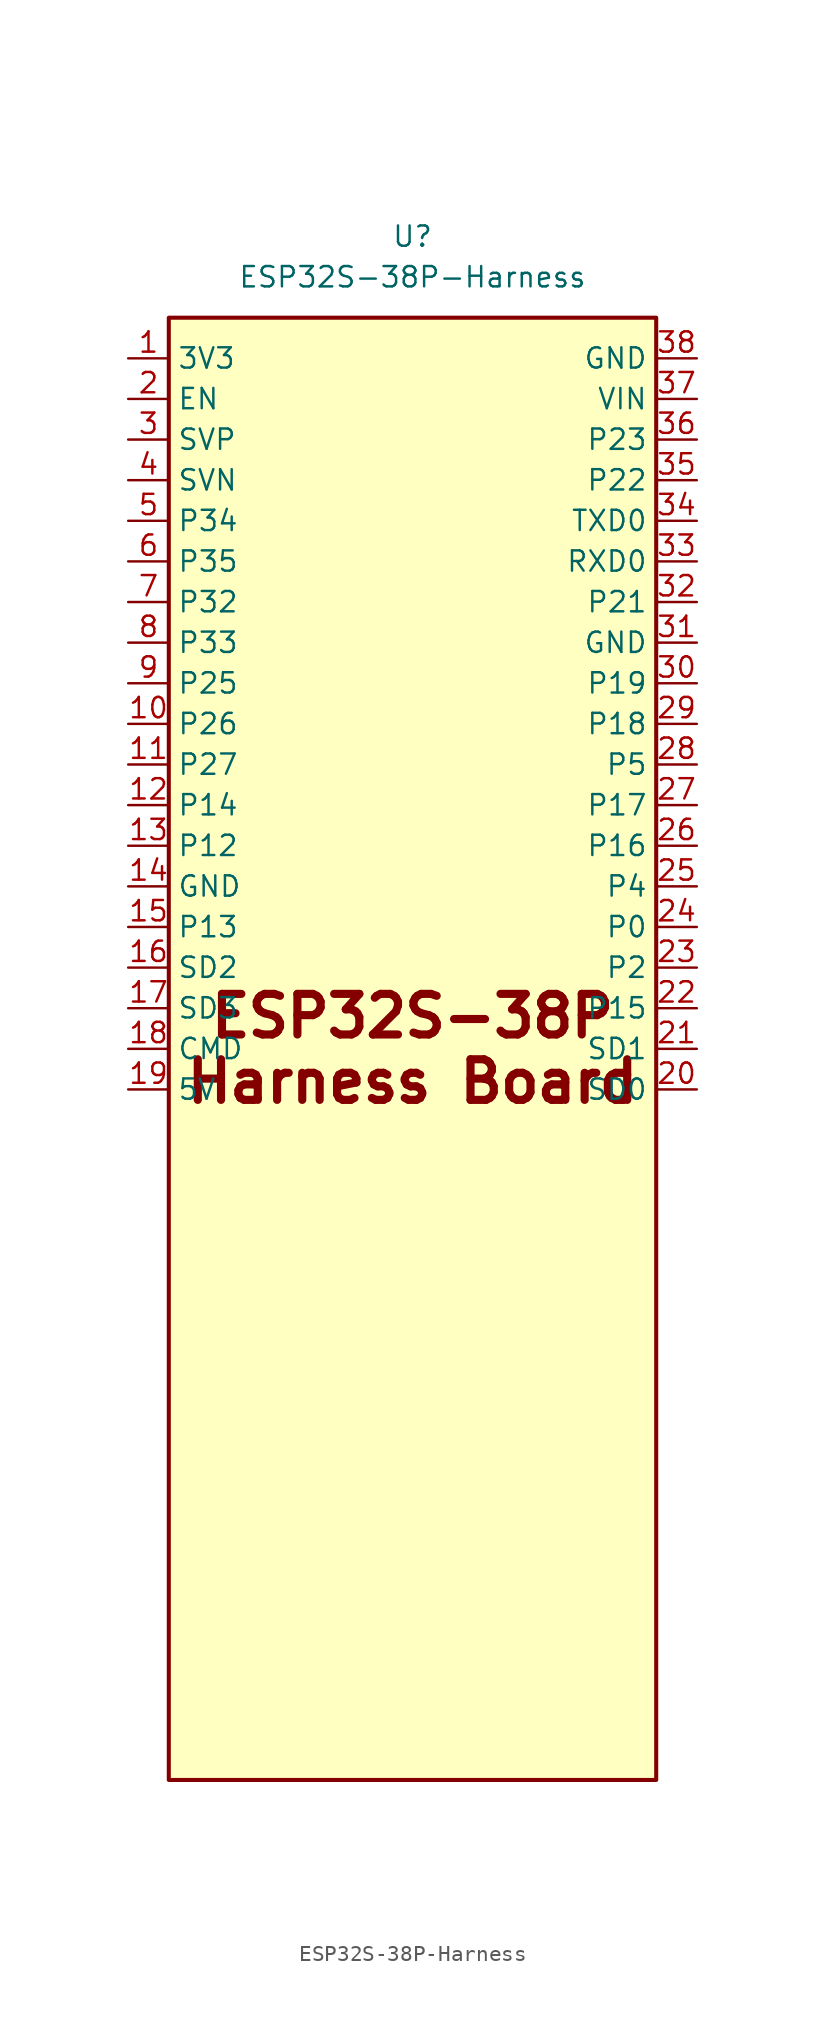
<source format=kicad_sym>
(kicad_symbol_lib
  (version 20231120)
  (generator kicad_symbol_editor)
  (symbol "ESP32S-38P-Harness"
    (property "Reference" "U"
      (at 0 50.8 0)
      (effects (font (size 1.27 1.27))))
    (property "Value" "ESP32S-38P-Harness"
      (at 0 48.26 0)
      (effects (font (size 1.27 1.27))))
    (symbol "ESP32S-38P-Harness_0_1"
      (rectangle (start -15.24 45.72) (end 15.24 -45.72) (stroke (width 0.254) (type default)) (fill (type background)))
      (text "ESP32S-38P\nHarness Board" (at 0 0 0) (effects (font (size 2.54 2.54) bold))))
    (symbol "ESP32S-38P-Harness_1_1"
      (pin power_in line (at -17.78 43.18 0) (length 2.54) (name "3V3" (effects (font (size 1.27 1.27)))) (number "1" (effects (font (size 1.27 1.27)))))
      (pin input line (at -17.78 40.64 0) (length 2.54) (name "EN" (effects (font (size 1.27 1.27)))) (number "2" (effects (font (size 1.27 1.27)))))
      (pin input line (at -17.78 38.1 0) (length 2.54) (name "SVP" (effects (font (size 1.27 1.27)))) (number "3" (effects (font (size 1.27 1.27)))))
      (pin input line (at -17.78 35.56 0) (length 2.54) (name "SVN" (effects (font (size 1.27 1.27)))) (number "4" (effects (font (size 1.27 1.27)))))
      (pin bidirectional line (at -17.78 33.02 0) (length 2.54) (name "P34" (effects (font (size 1.27 1.27)))) (number "5" (effects (font (size 1.27 1.27)))))
      (pin bidirectional line (at -17.78 30.48 0) (length 2.54) (name "P35" (effects (font (size 1.27 1.27)))) (number "6" (effects (font (size 1.27 1.27)))))
      (pin bidirectional line (at -17.78 27.94 0) (length 2.54) (name "P32" (effects (font (size 1.27 1.27)))) (number "7" (effects (font (size 1.27 1.27)))))
      (pin bidirectional line (at -17.78 25.4 0) (length 2.54) (name "P33" (effects (font (size 1.27 1.27)))) (number "8" (effects (font (size 1.27 1.27)))))
      (pin bidirectional line (at -17.78 22.86 0) (length 2.54) (name "P25" (effects (font (size 1.27 1.27)))) (number "9" (effects (font (size 1.27 1.27)))))
      (pin bidirectional line (at -17.78 20.32 0) (length 2.54) (name "P26" (effects (font (size 1.27 1.27)))) (number "10" (effects (font (size 1.27 1.27)))))
      (pin bidirectional line (at -17.78 17.78 0) (length 2.54) (name "P27" (effects (font (size 1.27 1.27)))) (number "11" (effects (font (size 1.27 1.27)))))
      (pin bidirectional line (at -17.78 15.24 0) (length 2.54) (name "P14" (effects (font (size 1.27 1.27)))) (number "12" (effects (font (size 1.27 1.27)))))
      (pin bidirectional line (at -17.78 12.7 0) (length 2.54) (name "P12" (effects (font (size 1.27 1.27)))) (number "13" (effects (font (size 1.27 1.27)))))
      (pin power_in line (at -17.78 10.16 0) (length 2.54) (name "GND" (effects (font (size 1.27 1.27)))) (number "14" (effects (font (size 1.27 1.27)))))
      (pin bidirectional line (at -17.78 7.62 0) (length 2.54) (name "P13" (effects (font (size 1.27 1.27)))) (number "15" (effects (font (size 1.27 1.27)))))
      (pin bidirectional line (at -17.78 5.08 0) (length 2.54) (name "SD2" (effects (font (size 1.27 1.27)))) (number "16" (effects (font (size 1.27 1.27)))))
      (pin bidirectional line (at -17.78 2.54 0) (length 2.54) (name "SD3" (effects (font (size 1.27 1.27)))) (number "17" (effects (font (size 1.27 1.27)))))
      (pin bidirectional line (at -17.78 0 0) (length 2.54) (name "CMD" (effects (font (size 1.27 1.27)))) (number "18" (effects (font (size 1.27 1.27)))))
      (pin power_in line (at -17.78 -2.54 0) (length 2.54) (name "5V" (effects (font (size 1.27 1.27)))) (number "19" (effects (font (size 1.27 1.27)))))
      (pin bidirectional line (at 17.78 -2.54 180) (length 2.54) (name "SD0" (effects (font (size 1.27 1.27)))) (number "20" (effects (font (size 1.27 1.27)))))
      (pin bidirectional line (at 17.78 0 180) (length 2.54) (name "SD1" (effects (font (size 1.27 1.27)))) (number "21" (effects (font (size 1.27 1.27)))))
      (pin bidirectional line (at 17.78 2.54 180) (length 2.54) (name "P15" (effects (font (size 1.27 1.27)))) (number "22" (effects (font (size 1.27 1.27)))))
      (pin bidirectional line (at 17.78 5.08 180) (length 2.54) (name "P2" (effects (font (size 1.27 1.27)))) (number "23" (effects (font (size 1.27 1.27)))))
      (pin bidirectional line (at 17.78 7.62 180) (length 2.54) (name "P0" (effects (font (size 1.27 1.27)))) (number "24" (effects (font (size 1.27 1.27)))))
      (pin bidirectional line (at 17.78 10.16 180) (length 2.54) (name "P4" (effects (font (size 1.27 1.27)))) (number "25" (effects (font (size 1.27 1.27)))))
      (pin bidirectional line (at 17.78 12.7 180) (length 2.54) (name "P16" (effects (font (size 1.27 1.27)))) (number "26" (effects (font (size 1.27 1.27)))))
      (pin bidirectional line (at 17.78 15.24 180) (length 2.54) (name "P17" (effects (font (size 1.27 1.27)))) (number "27" (effects (font (size 1.27 1.27)))))
      (pin bidirectional line (at 17.78 17.78 180) (length 2.54) (name "P5" (effects (font (size 1.27 1.27)))) (number "28" (effects (font (size 1.27 1.27)))))
      (pin bidirectional line (at 17.78 20.32 180) (length 2.54) (name "P18" (effects (font (size 1.27 1.27)))) (number "29" (effects (font (size 1.27 1.27)))))
      (pin bidirectional line (at 17.78 22.86 180) (length 2.54) (name "P19" (effects (font (size 1.27 1.27)))) (number "30" (effects (font (size 1.27 1.27)))))
      (pin power_in line (at 17.78 25.4 180) (length 2.54) (name "GND" (effects (font (size 1.27 1.27)))) (number "31" (effects (font (size 1.27 1.27)))))
      (pin bidirectional line (at 17.78 27.94 180) (length 2.54) (name "P21" (effects (font (size 1.27 1.27)))) (number "32" (effects (font (size 1.27 1.27)))))
      (pin bidirectional line (at 17.78 30.48 180) (length 2.54) (name "RXD0" (effects (font (size 1.27 1.27)))) (number "33" (effects (font (size 1.27 1.27)))))
      (pin bidirectional line (at 17.78 33.02 180) (length 2.54) (name "TXD0" (effects (font (size 1.27 1.27)))) (number "34" (effects (font (size 1.27 1.27)))))
      (pin bidirectional line (at 17.78 35.56 180) (length 2.54) (name "P22" (effects (font (size 1.27 1.27)))) (number "35" (effects (font (size 1.27 1.27)))))
      (pin bidirectional line (at 17.78 38.1 180) (length 2.54) (name "P23" (effects (font (size 1.27 1.27)))) (number "36" (effects (font (size 1.27 1.27)))))
      (pin power_in line (at 17.78 40.64 180) (length 2.54) (name "VIN" (effects (font (size 1.27 1.27)))) (number "37" (effects (font (size 1.27 1.27)))))
      (pin power_in line (at 17.78 43.18 180) (length 2.54) (name "GND" (effects (font (size 1.27 1.27)))) (number "38" (effects (font (size 1.27 1.27))))))))
</source>
